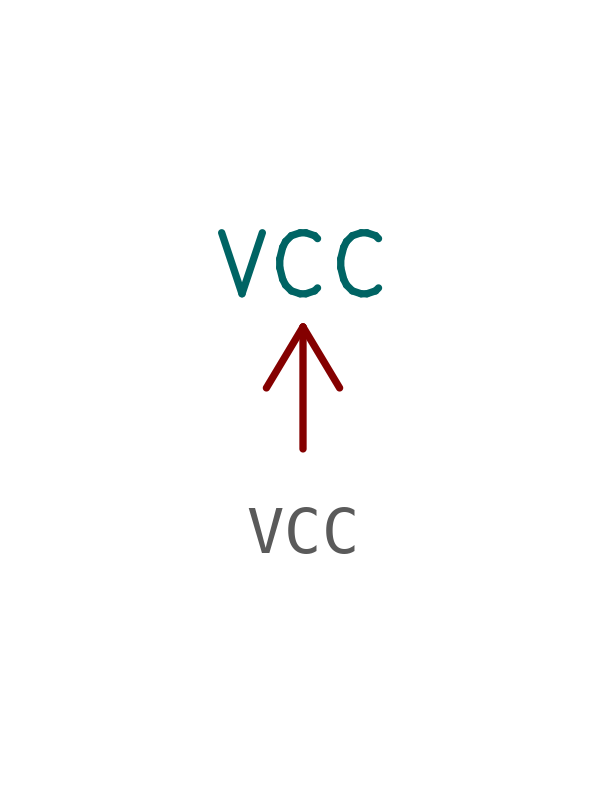
<source format=kicad_sym>
(kicad_symbol_lib
  (version 20220914)
  (generator kicad_symbol_editor)
  (symbol "VCC"
    (power)
    (pin_names
      (offset 0))
    (property "Reference" "#PWR"
      (at 0 -2.54 0)
      (effects (font (size 1.016 1.016)) hide))
    (property "Value" "VCC"
      (at 0 3.81 0)
      (effects (font (size 1.27 1.27))))
    (symbol "VCC_1_1"
      (polyline (pts (xy -0.762 1.27) (xy 0 2.54)) (stroke (width 0) (type default)) (fill (type none)))
      (polyline (pts (xy 0 0) (xy 0 2.54)) (stroke (width 0) (type default)) (fill (type none)))
      (polyline (pts (xy 0 2.54) (xy 0.762 1.27)) (stroke (width 0) (type default)) (fill (type none)))
      (pin power_in line (at 0 0 90) (length 0) hide (name "VCC" (effects (font (size 1.27 1.27)))) (number "1" (effects (font (size 1.27 1.27))))))))
</source>
